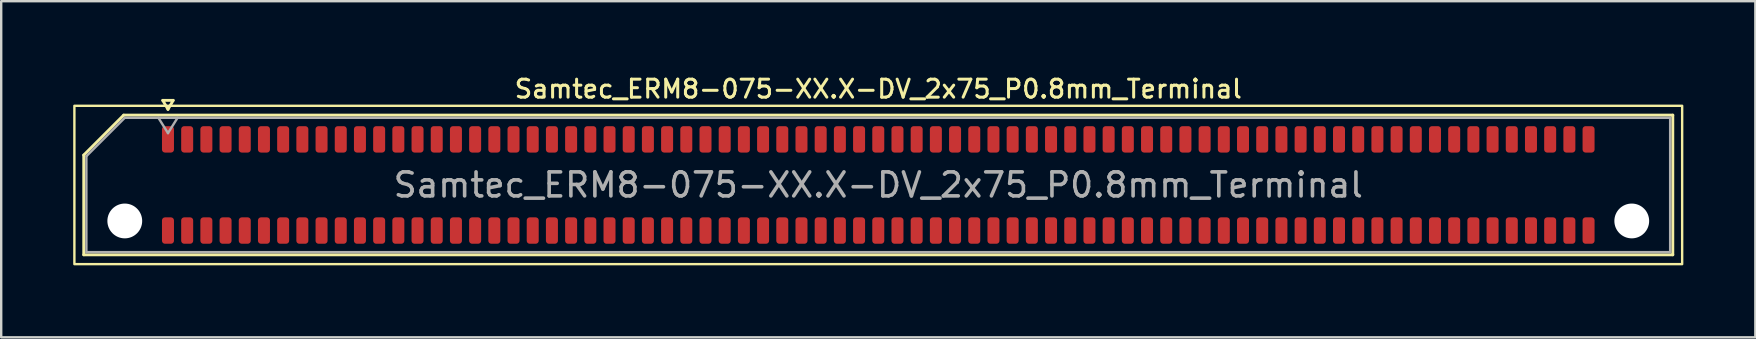
<source format=kicad_pcb>
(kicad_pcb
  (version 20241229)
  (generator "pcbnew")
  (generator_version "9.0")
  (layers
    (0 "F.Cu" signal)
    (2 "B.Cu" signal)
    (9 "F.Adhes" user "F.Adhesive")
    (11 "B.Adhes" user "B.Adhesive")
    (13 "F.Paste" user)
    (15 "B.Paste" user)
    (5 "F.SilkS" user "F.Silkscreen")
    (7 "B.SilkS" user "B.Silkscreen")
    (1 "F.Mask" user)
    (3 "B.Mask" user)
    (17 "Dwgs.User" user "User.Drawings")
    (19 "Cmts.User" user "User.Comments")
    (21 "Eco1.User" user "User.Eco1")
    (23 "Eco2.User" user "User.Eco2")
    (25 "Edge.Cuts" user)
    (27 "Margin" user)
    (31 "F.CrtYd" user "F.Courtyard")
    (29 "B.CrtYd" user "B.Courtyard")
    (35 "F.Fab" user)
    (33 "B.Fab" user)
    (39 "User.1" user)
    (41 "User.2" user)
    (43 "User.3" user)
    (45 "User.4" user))
  (footprint "Samtec_ERM8-075-XX.X-DV_2x75_P0.8mm_Terminal"
    (layer "F.Cu")
    (at 33.55 4.658)
    (property "Reference" "Samtec_ERM8-075-XX.X-DV_2x75_P0.8mm_Terminal" (at 0 -4 0) (layer "F.SilkS") (effects (font (size 0.75 0.75) (thickness 0.125))))
    (attr smd)
    (fp_line (start -33.11 -1.246) (end -31.446 -2.91) (stroke (width 0.12) (type solid)) (layer "F.SilkS"))
    (fp_line (start -33.11 2.91) (end -33.11 -1.246) (stroke (width 0.12) (type solid)) (layer "F.SilkS"))
    (fp_line (start -31.446 -2.91) (end 33.11 -2.91) (stroke (width 0.12) (type solid)) (layer "F.SilkS"))
    (fp_line (start -29.817 -3.525) (end -29.6 -3.15) (stroke (width 0.12) (type solid)) (layer "F.SilkS"))
    (fp_line (start -29.6 -3.15) (end -29.383 -3.525) (stroke (width 0.12) (type solid)) (layer "F.SilkS"))
    (fp_line (start -29.383 -3.525) (end -29.817 -3.525) (stroke (width 0.12) (type solid)) (layer "F.SilkS"))
    (fp_line (start 33.11 -2.91) (end 33.11 2.91) (stroke (width 0.12) (type solid)) (layer "F.SilkS"))
    (fp_line (start 33.11 2.91) (end -33.11 2.91) (stroke (width 0.12) (type solid)) (layer "F.SilkS"))
    (fp_rect (start -33.5 -3.3) (end 33.5 3.3) (stroke (width 0.1) (type solid)) (fill no) (layer "F.SilkS"))
    (fp_line (start -33 -1.2) (end -31.4 -2.8) (stroke (width 0.1) (type solid)) (layer "F.Fab"))
    (fp_line (start -33 2.8) (end -33 -1.2) (stroke (width 0.1) (type solid)) (layer "F.Fab"))
    (fp_line (start -31.4 -2.8) (end 33 -2.8) (stroke (width 0.1) (type solid)) (layer "F.Fab"))
    (fp_line (start -30 -2.8) (end -29.6 -2.16) (stroke (width 0.1) (type solid)) (layer "F.Fab"))
    (fp_line (start -29.6 -2.16) (end -29.2 -2.8) (stroke (width 0.1) (type solid)) (layer "F.Fab"))
    (fp_line (start 33 -2.8) (end 33 2.8) (stroke (width 0.1) (type solid)) (layer "F.Fab"))
    (fp_line (start 33 2.8) (end -33 2.8) (stroke (width 0.1) (type solid)) (layer "F.Fab"))
    (fp_text user "${REFERENCE}" (at 0 0 0) (layer "F.Fab") (effects (font (size 1 1) (thickness 0.15))))
    (pad "" np_thru_hole circle (at -31.4 1.5) (size 1.45 1.45) (drill 1.45) (layers "*.Cu" "*.Mask"))
    (pad "" np_thru_hole circle (at 31.4 1.5) (size 1.45 1.45) (drill 1.45) (layers "*.Cu" "*.Mask"))
    (pad "1" smd roundrect (at -29.6 -1.9) (size 0.5 1.1) (layers "F.Cu" "F.Mask" "F.Paste") (roundrect_rratio 0.25))
    (pad "2" smd roundrect (at -29.6 1.9) (size 0.5 1.1) (layers "F.Cu" "F.Mask" "F.Paste") (roundrect_rratio 0.25))
    (pad "3" smd roundrect (at -28.8 -1.9) (size 0.5 1.1) (layers "F.Cu" "F.Mask" "F.Paste") (roundrect_rratio 0.25))
    (pad "4" smd roundrect (at -28.8 1.9) (size 0.5 1.1) (layers "F.Cu" "F.Mask" "F.Paste") (roundrect_rratio 0.25))
    (pad "5" smd roundrect (at -28 -1.9) (size 0.5 1.1) (layers "F.Cu" "F.Mask" "F.Paste") (roundrect_rratio 0.25))
    (pad "6" smd roundrect (at -28 1.9) (size 0.5 1.1) (layers "F.Cu" "F.Mask" "F.Paste") (roundrect_rratio 0.25))
    (pad "7" smd roundrect (at -27.2 -1.9) (size 0.5 1.1) (layers "F.Cu" "F.Mask" "F.Paste") (roundrect_rratio 0.25))
    (pad "8" smd roundrect (at -27.2 1.9) (size 0.5 1.1) (layers "F.Cu" "F.Mask" "F.Paste") (roundrect_rratio 0.25))
    (pad "9" smd roundrect (at -26.4 -1.9) (size 0.5 1.1) (layers "F.Cu" "F.Mask" "F.Paste") (roundrect_rratio 0.25))
    (pad "10" smd roundrect (at -26.4 1.9) (size 0.5 1.1) (layers "F.Cu" "F.Mask" "F.Paste") (roundrect_rratio 0.25))
    (pad "11" smd roundrect (at -25.6 -1.9) (size 0.5 1.1) (layers "F.Cu" "F.Mask" "F.Paste") (roundrect_rratio 0.25))
    (pad "12" smd roundrect (at -25.6 1.9) (size 0.5 1.1) (layers "F.Cu" "F.Mask" "F.Paste") (roundrect_rratio 0.25))
    (pad "13" smd roundrect (at -24.8 -1.9) (size 0.5 1.1) (layers "F.Cu" "F.Mask" "F.Paste") (roundrect_rratio 0.25))
    (pad "14" smd roundrect (at -24.8 1.9) (size 0.5 1.1) (layers "F.Cu" "F.Mask" "F.Paste") (roundrect_rratio 0.25))
    (pad "15" smd roundrect (at -24 -1.9) (size 0.5 1.1) (layers "F.Cu" "F.Mask" "F.Paste") (roundrect_rratio 0.25))
    (pad "16" smd roundrect (at -24 1.9) (size 0.5 1.1) (layers "F.Cu" "F.Mask" "F.Paste") (roundrect_rratio 0.25))
    (pad "17" smd roundrect (at -23.2 -1.9) (size 0.5 1.1) (layers "F.Cu" "F.Mask" "F.Paste") (roundrect_rratio 0.25))
    (pad "18" smd roundrect (at -23.2 1.9) (size 0.5 1.1) (layers "F.Cu" "F.Mask" "F.Paste") (roundrect_rratio 0.25))
    (pad "19" smd roundrect (at -22.4 -1.9) (size 0.5 1.1) (layers "F.Cu" "F.Mask" "F.Paste") (roundrect_rratio 0.25))
    (pad "20" smd roundrect (at -22.4 1.9) (size 0.5 1.1) (layers "F.Cu" "F.Mask" "F.Paste") (roundrect_rratio 0.25))
    (pad "21" smd roundrect (at -21.6 -1.9) (size 0.5 1.1) (layers "F.Cu" "F.Mask" "F.Paste") (roundrect_rratio 0.25))
    (pad "22" smd roundrect (at -21.6 1.9) (size 0.5 1.1) (layers "F.Cu" "F.Mask" "F.Paste") (roundrect_rratio 0.25))
    (pad "23" smd roundrect (at -20.8 -1.9) (size 0.5 1.1) (layers "F.Cu" "F.Mask" "F.Paste") (roundrect_rratio 0.25))
    (pad "24" smd roundrect (at -20.8 1.9) (size 0.5 1.1) (layers "F.Cu" "F.Mask" "F.Paste") (roundrect_rratio 0.25))
    (pad "25" smd roundrect (at -20 -1.9) (size 0.5 1.1) (layers "F.Cu" "F.Mask" "F.Paste") (roundrect_rratio 0.25))
    (pad "26" smd roundrect (at -20 1.9) (size 0.5 1.1) (layers "F.Cu" "F.Mask" "F.Paste") (roundrect_rratio 0.25))
    (pad "27" smd roundrect (at -19.2 -1.9) (size 0.5 1.1) (layers "F.Cu" "F.Mask" "F.Paste") (roundrect_rratio 0.25))
    (pad "28" smd roundrect (at -19.2 1.9) (size 0.5 1.1) (layers "F.Cu" "F.Mask" "F.Paste") (roundrect_rratio 0.25))
    (pad "29" smd roundrect (at -18.4 -1.9) (size 0.5 1.1) (layers "F.Cu" "F.Mask" "F.Paste") (roundrect_rratio 0.25))
    (pad "30" smd roundrect (at -18.4 1.9) (size 0.5 1.1) (layers "F.Cu" "F.Mask" "F.Paste") (roundrect_rratio 0.25))
    (pad "31" smd roundrect (at -17.6 -1.9) (size 0.5 1.1) (layers "F.Cu" "F.Mask" "F.Paste") (roundrect_rratio 0.25))
    (pad "32" smd roundrect (at -17.6 1.9) (size 0.5 1.1) (layers "F.Cu" "F.Mask" "F.Paste") (roundrect_rratio 0.25))
    (pad "33" smd roundrect (at -16.8 -1.9) (size 0.5 1.1) (layers "F.Cu" "F.Mask" "F.Paste") (roundrect_rratio 0.25))
    (pad "34" smd roundrect (at -16.8 1.9) (size 0.5 1.1) (layers "F.Cu" "F.Mask" "F.Paste") (roundrect_rratio 0.25))
    (pad "35" smd roundrect (at -16 -1.9) (size 0.5 1.1) (layers "F.Cu" "F.Mask" "F.Paste") (roundrect_rratio 0.25))
    (pad "36" smd roundrect (at -16 1.9) (size 0.5 1.1) (layers "F.Cu" "F.Mask" "F.Paste") (roundrect_rratio 0.25))
    (pad "37" smd roundrect (at -15.2 -1.9) (size 0.5 1.1) (layers "F.Cu" "F.Mask" "F.Paste") (roundrect_rratio 0.25))
    (pad "38" smd roundrect (at -15.2 1.9) (size 0.5 1.1) (layers "F.Cu" "F.Mask" "F.Paste") (roundrect_rratio 0.25))
    (pad "39" smd roundrect (at -14.4 -1.9) (size 0.5 1.1) (layers "F.Cu" "F.Mask" "F.Paste") (roundrect_rratio 0.25))
    (pad "40" smd roundrect (at -14.4 1.9) (size 0.5 1.1) (layers "F.Cu" "F.Mask" "F.Paste") (roundrect_rratio 0.25))
    (pad "41" smd roundrect (at -13.6 -1.9) (size 0.5 1.1) (layers "F.Cu" "F.Mask" "F.Paste") (roundrect_rratio 0.25))
    (pad "42" smd roundrect (at -13.6 1.9) (size 0.5 1.1) (layers "F.Cu" "F.Mask" "F.Paste") (roundrect_rratio 0.25))
    (pad "43" smd roundrect (at -12.8 -1.9) (size 0.5 1.1) (layers "F.Cu" "F.Mask" "F.Paste") (roundrect_rratio 0.25))
    (pad "44" smd roundrect (at -12.8 1.9) (size 0.5 1.1) (layers "F.Cu" "F.Mask" "F.Paste") (roundrect_rratio 0.25))
    (pad "45" smd roundrect (at -12 -1.9) (size 0.5 1.1) (layers "F.Cu" "F.Mask" "F.Paste") (roundrect_rratio 0.25))
    (pad "46" smd roundrect (at -12 1.9) (size 0.5 1.1) (layers "F.Cu" "F.Mask" "F.Paste") (roundrect_rratio 0.25))
    (pad "47" smd roundrect (at -11.2 -1.9) (size 0.5 1.1) (layers "F.Cu" "F.Mask" "F.Paste") (roundrect_rratio 0.25))
    (pad "48" smd roundrect (at -11.2 1.9) (size 0.5 1.1) (layers "F.Cu" "F.Mask" "F.Paste") (roundrect_rratio 0.25))
    (pad "49" smd roundrect (at -10.4 -1.9) (size 0.5 1.1) (layers "F.Cu" "F.Mask" "F.Paste") (roundrect_rratio 0.25))
    (pad "50" smd roundrect (at -10.4 1.9) (size 0.5 1.1) (layers "F.Cu" "F.Mask" "F.Paste") (roundrect_rratio 0.25))
    (pad "51" smd roundrect (at -9.6 -1.9) (size 0.5 1.1) (layers "F.Cu" "F.Mask" "F.Paste") (roundrect_rratio 0.25))
    (pad "52" smd roundrect (at -9.6 1.9) (size 0.5 1.1) (layers "F.Cu" "F.Mask" "F.Paste") (roundrect_rratio 0.25))
    (pad "53" smd roundrect (at -8.8 -1.9) (size 0.5 1.1) (layers "F.Cu" "F.Mask" "F.Paste") (roundrect_rratio 0.25))
    (pad "54" smd roundrect (at -8.8 1.9) (size 0.5 1.1) (layers "F.Cu" "F.Mask" "F.Paste") (roundrect_rratio 0.25))
    (pad "55" smd roundrect (at -8 -1.9) (size 0.5 1.1) (layers "F.Cu" "F.Mask" "F.Paste") (roundrect_rratio 0.25))
    (pad "56" smd roundrect (at -8 1.9) (size 0.5 1.1) (layers "F.Cu" "F.Mask" "F.Paste") (roundrect_rratio 0.25))
    (pad "57" smd roundrect (at -7.2 -1.9) (size 0.5 1.1) (layers "F.Cu" "F.Mask" "F.Paste") (roundrect_rratio 0.25))
    (pad "58" smd roundrect (at -7.2 1.9) (size 0.5 1.1) (layers "F.Cu" "F.Mask" "F.Paste") (roundrect_rratio 0.25))
    (pad "59" smd roundrect (at -6.4 -1.9) (size 0.5 1.1) (layers "F.Cu" "F.Mask" "F.Paste") (roundrect_rratio 0.25))
    (pad "60" smd roundrect (at -6.4 1.9) (size 0.5 1.1) (layers "F.Cu" "F.Mask" "F.Paste") (roundrect_rratio 0.25))
    (pad "61" smd roundrect (at -5.6 -1.9) (size 0.5 1.1) (layers "F.Cu" "F.Mask" "F.Paste") (roundrect_rratio 0.25))
    (pad "62" smd roundrect (at -5.6 1.9) (size 0.5 1.1) (layers "F.Cu" "F.Mask" "F.Paste") (roundrect_rratio 0.25))
    (pad "63" smd roundrect (at -4.8 -1.9) (size 0.5 1.1) (layers "F.Cu" "F.Mask" "F.Paste") (roundrect_rratio 0.25))
    (pad "64" smd roundrect (at -4.8 1.9) (size 0.5 1.1) (layers "F.Cu" "F.Mask" "F.Paste") (roundrect_rratio 0.25))
    (pad "65" smd roundrect (at -4 -1.9) (size 0.5 1.1) (layers "F.Cu" "F.Mask" "F.Paste") (roundrect_rratio 0.25))
    (pad "66" smd roundrect (at -4 1.9) (size 0.5 1.1) (layers "F.Cu" "F.Mask" "F.Paste") (roundrect_rratio 0.25))
    (pad "67" smd roundrect (at -3.2 -1.9) (size 0.5 1.1) (layers "F.Cu" "F.Mask" "F.Paste") (roundrect_rratio 0.25))
    (pad "68" smd roundrect (at -3.2 1.9) (size 0.5 1.1) (layers "F.Cu" "F.Mask" "F.Paste") (roundrect_rratio 0.25))
    (pad "69" smd roundrect (at -2.4 -1.9) (size 0.5 1.1) (layers "F.Cu" "F.Mask" "F.Paste") (roundrect_rratio 0.25))
    (pad "70" smd roundrect (at -2.4 1.9) (size 0.5 1.1) (layers "F.Cu" "F.Mask" "F.Paste") (roundrect_rratio 0.25))
    (pad "71" smd roundrect (at -1.6 -1.9) (size 0.5 1.1) (layers "F.Cu" "F.Mask" "F.Paste") (roundrect_rratio 0.25))
    (pad "72" smd roundrect (at -1.6 1.9) (size 0.5 1.1) (layers "F.Cu" "F.Mask" "F.Paste") (roundrect_rratio 0.25))
    (pad "73" smd roundrect (at -0.8 -1.9) (size 0.5 1.1) (layers "F.Cu" "F.Mask" "F.Paste") (roundrect_rratio 0.25))
    (pad "74" smd roundrect (at -0.8 1.9) (size 0.5 1.1) (layers "F.Cu" "F.Mask" "F.Paste") (roundrect_rratio 0.25))
    (pad "75" smd roundrect (at 0 -1.9) (size 0.5 1.1) (layers "F.Cu" "F.Mask" "F.Paste") (roundrect_rratio 0.25))
    (pad "76" smd roundrect (at 0 1.9) (size 0.5 1.1) (layers "F.Cu" "F.Mask" "F.Paste") (roundrect_rratio 0.25))
    (pad "77" smd roundrect (at 0.8 -1.9) (size 0.5 1.1) (layers "F.Cu" "F.Mask" "F.Paste") (roundrect_rratio 0.25))
    (pad "78" smd roundrect (at 0.8 1.9) (size 0.5 1.1) (layers "F.Cu" "F.Mask" "F.Paste") (roundrect_rratio 0.25))
    (pad "79" smd roundrect (at 1.6 -1.9) (size 0.5 1.1) (layers "F.Cu" "F.Mask" "F.Paste") (roundrect_rratio 0.25))
    (pad "80" smd roundrect (at 1.6 1.9) (size 0.5 1.1) (layers "F.Cu" "F.Mask" "F.Paste") (roundrect_rratio 0.25))
    (pad "81" smd roundrect (at 2.4 -1.9) (size 0.5 1.1) (layers "F.Cu" "F.Mask" "F.Paste") (roundrect_rratio 0.25))
    (pad "82" smd roundrect (at 2.4 1.9) (size 0.5 1.1) (layers "F.Cu" "F.Mask" "F.Paste") (roundrect_rratio 0.25))
    (pad "83" smd roundrect (at 3.2 -1.9) (size 0.5 1.1) (layers "F.Cu" "F.Mask" "F.Paste") (roundrect_rratio 0.25))
    (pad "84" smd roundrect (at 3.2 1.9) (size 0.5 1.1) (layers "F.Cu" "F.Mask" "F.Paste") (roundrect_rratio 0.25))
    (pad "85" smd roundrect (at 4 -1.9) (size 0.5 1.1) (layers "F.Cu" "F.Mask" "F.Paste") (roundrect_rratio 0.25))
    (pad "86" smd roundrect (at 4 1.9) (size 0.5 1.1) (layers "F.Cu" "F.Mask" "F.Paste") (roundrect_rratio 0.25))
    (pad "87" smd roundrect (at 4.8 -1.9) (size 0.5 1.1) (layers "F.Cu" "F.Mask" "F.Paste") (roundrect_rratio 0.25))
    (pad "88" smd roundrect (at 4.8 1.9) (size 0.5 1.1) (layers "F.Cu" "F.Mask" "F.Paste") (roundrect_rratio 0.25))
    (pad "89" smd roundrect (at 5.6 -1.9) (size 0.5 1.1) (layers "F.Cu" "F.Mask" "F.Paste") (roundrect_rratio 0.25))
    (pad "90" smd roundrect (at 5.6 1.9) (size 0.5 1.1) (layers "F.Cu" "F.Mask" "F.Paste") (roundrect_rratio 0.25))
    (pad "91" smd roundrect (at 6.4 -1.9) (size 0.5 1.1) (layers "F.Cu" "F.Mask" "F.Paste") (roundrect_rratio 0.25))
    (pad "92" smd roundrect (at 6.4 1.9) (size 0.5 1.1) (layers "F.Cu" "F.Mask" "F.Paste") (roundrect_rratio 0.25))
    (pad "93" smd roundrect (at 7.2 -1.9) (size 0.5 1.1) (layers "F.Cu" "F.Mask" "F.Paste") (roundrect_rratio 0.25))
    (pad "94" smd roundrect (at 7.2 1.9) (size 0.5 1.1) (layers "F.Cu" "F.Mask" "F.Paste") (roundrect_rratio 0.25))
    (pad "95" smd roundrect (at 8 -1.9) (size 0.5 1.1) (layers "F.Cu" "F.Mask" "F.Paste") (roundrect_rratio 0.25))
    (pad "96" smd roundrect (at 8 1.9) (size 0.5 1.1) (layers "F.Cu" "F.Mask" "F.Paste") (roundrect_rratio 0.25))
    (pad "97" smd roundrect (at 8.8 -1.9) (size 0.5 1.1) (layers "F.Cu" "F.Mask" "F.Paste") (roundrect_rratio 0.25))
    (pad "98" smd roundrect (at 8.8 1.9) (size 0.5 1.1) (layers "F.Cu" "F.Mask" "F.Paste") (roundrect_rratio 0.25))
    (pad "99" smd roundrect (at 9.6 -1.9) (size 0.5 1.1) (layers "F.Cu" "F.Mask" "F.Paste") (roundrect_rratio 0.25))
    (pad "100" smd roundrect (at 9.6 1.9) (size 0.5 1.1) (layers "F.Cu" "F.Mask" "F.Paste") (roundrect_rratio 0.25))
    (pad "101" smd roundrect (at 10.4 -1.9) (size 0.5 1.1) (layers "F.Cu" "F.Mask" "F.Paste") (roundrect_rratio 0.25))
    (pad "102" smd roundrect (at 10.4 1.9) (size 0.5 1.1) (layers "F.Cu" "F.Mask" "F.Paste") (roundrect_rratio 0.25))
    (pad "103" smd roundrect (at 11.2 -1.9) (size 0.5 1.1) (layers "F.Cu" "F.Mask" "F.Paste") (roundrect_rratio 0.25))
    (pad "104" smd roundrect (at 11.2 1.9) (size 0.5 1.1) (layers "F.Cu" "F.Mask" "F.Paste") (roundrect_rratio 0.25))
    (pad "105" smd roundrect (at 12 -1.9) (size 0.5 1.1) (layers "F.Cu" "F.Mask" "F.Paste") (roundrect_rratio 0.25))
    (pad "106" smd roundrect (at 12 1.9) (size 0.5 1.1) (layers "F.Cu" "F.Mask" "F.Paste") (roundrect_rratio 0.25))
    (pad "107" smd roundrect (at 12.8 -1.9) (size 0.5 1.1) (layers "F.Cu" "F.Mask" "F.Paste") (roundrect_rratio 0.25))
    (pad "108" smd roundrect (at 12.8 1.9) (size 0.5 1.1) (layers "F.Cu" "F.Mask" "F.Paste") (roundrect_rratio 0.25))
    (pad "109" smd roundrect (at 13.6 -1.9) (size 0.5 1.1) (layers "F.Cu" "F.Mask" "F.Paste") (roundrect_rratio 0.25))
    (pad "110" smd roundrect (at 13.6 1.9) (size 0.5 1.1) (layers "F.Cu" "F.Mask" "F.Paste") (roundrect_rratio 0.25))
    (pad "111" smd roundrect (at 14.4 -1.9) (size 0.5 1.1) (layers "F.Cu" "F.Mask" "F.Paste") (roundrect_rratio 0.25))
    (pad "112" smd roundrect (at 14.4 1.9) (size 0.5 1.1) (layers "F.Cu" "F.Mask" "F.Paste") (roundrect_rratio 0.25))
    (pad "113" smd roundrect (at 15.2 -1.9) (size 0.5 1.1) (layers "F.Cu" "F.Mask" "F.Paste") (roundrect_rratio 0.25))
    (pad "114" smd roundrect (at 15.2 1.9) (size 0.5 1.1) (layers "F.Cu" "F.Mask" "F.Paste") (roundrect_rratio 0.25))
    (pad "115" smd roundrect (at 16 -1.9) (size 0.5 1.1) (layers "F.Cu" "F.Mask" "F.Paste") (roundrect_rratio 0.25))
    (pad "116" smd roundrect (at 16 1.9) (size 0.5 1.1) (layers "F.Cu" "F.Mask" "F.Paste") (roundrect_rratio 0.25))
    (pad "117" smd roundrect (at 16.8 -1.9) (size 0.5 1.1) (layers "F.Cu" "F.Mask" "F.Paste") (roundrect_rratio 0.25))
    (pad "118" smd roundrect (at 16.8 1.9) (size 0.5 1.1) (layers "F.Cu" "F.Mask" "F.Paste") (roundrect_rratio 0.25))
    (pad "119" smd roundrect (at 17.6 -1.9) (size 0.5 1.1) (layers "F.Cu" "F.Mask" "F.Paste") (roundrect_rratio 0.25))
    (pad "120" smd roundrect (at 17.6 1.9) (size 0.5 1.1) (layers "F.Cu" "F.Mask" "F.Paste") (roundrect_rratio 0.25))
    (pad "121" smd roundrect (at 18.4 -1.9) (size 0.5 1.1) (layers "F.Cu" "F.Mask" "F.Paste") (roundrect_rratio 0.25))
    (pad "122" smd roundrect (at 18.4 1.9) (size 0.5 1.1) (layers "F.Cu" "F.Mask" "F.Paste") (roundrect_rratio 0.25))
    (pad "123" smd roundrect (at 19.2 -1.9) (size 0.5 1.1) (layers "F.Cu" "F.Mask" "F.Paste") (roundrect_rratio 0.25))
    (pad "124" smd roundrect (at 19.2 1.9) (size 0.5 1.1) (layers "F.Cu" "F.Mask" "F.Paste") (roundrect_rratio 0.25))
    (pad "125" smd roundrect (at 20 -1.9) (size 0.5 1.1) (layers "F.Cu" "F.Mask" "F.Paste") (roundrect_rratio 0.25))
    (pad "126" smd roundrect (at 20 1.9) (size 0.5 1.1) (layers "F.Cu" "F.Mask" "F.Paste") (roundrect_rratio 0.25))
    (pad "127" smd roundrect (at 20.8 -1.9) (size 0.5 1.1) (layers "F.Cu" "F.Mask" "F.Paste") (roundrect_rratio 0.25))
    (pad "128" smd roundrect (at 20.8 1.9) (size 0.5 1.1) (layers "F.Cu" "F.Mask" "F.Paste") (roundrect_rratio 0.25))
    (pad "129" smd roundrect (at 21.6 -1.9) (size 0.5 1.1) (layers "F.Cu" "F.Mask" "F.Paste") (roundrect_rratio 0.25))
    (pad "130" smd roundrect (at 21.6 1.9) (size 0.5 1.1) (layers "F.Cu" "F.Mask" "F.Paste") (roundrect_rratio 0.25))
    (pad "131" smd roundrect (at 22.4 -1.9) (size 0.5 1.1) (layers "F.Cu" "F.Mask" "F.Paste") (roundrect_rratio 0.25))
    (pad "132" smd roundrect (at 22.4 1.9) (size 0.5 1.1) (layers "F.Cu" "F.Mask" "F.Paste") (roundrect_rratio 0.25))
    (pad "133" smd roundrect (at 23.2 -1.9) (size 0.5 1.1) (layers "F.Cu" "F.Mask" "F.Paste") (roundrect_rratio 0.25))
    (pad "134" smd roundrect (at 23.2 1.9) (size 0.5 1.1) (layers "F.Cu" "F.Mask" "F.Paste") (roundrect_rratio 0.25))
    (pad "135" smd roundrect (at 24 -1.9) (size 0.5 1.1) (layers "F.Cu" "F.Mask" "F.Paste") (roundrect_rratio 0.25))
    (pad "136" smd roundrect (at 24 1.9) (size 0.5 1.1) (layers "F.Cu" "F.Mask" "F.Paste") (roundrect_rratio 0.25))
    (pad "137" smd roundrect (at 24.8 -1.9) (size 0.5 1.1) (layers "F.Cu" "F.Mask" "F.Paste") (roundrect_rratio 0.25))
    (pad "138" smd roundrect (at 24.8 1.9) (size 0.5 1.1) (layers "F.Cu" "F.Mask" "F.Paste") (roundrect_rratio 0.25))
    (pad "139" smd roundrect (at 25.6 -1.9) (size 0.5 1.1) (layers "F.Cu" "F.Mask" "F.Paste") (roundrect_rratio 0.25))
    (pad "140" smd roundrect (at 25.6 1.9) (size 0.5 1.1) (layers "F.Cu" "F.Mask" "F.Paste") (roundrect_rratio 0.25))
    (pad "141" smd roundrect (at 26.4 -1.9) (size 0.5 1.1) (layers "F.Cu" "F.Mask" "F.Paste") (roundrect_rratio 0.25))
    (pad "142" smd roundrect (at 26.4 1.9) (size 0.5 1.1) (layers "F.Cu" "F.Mask" "F.Paste") (roundrect_rratio 0.25))
    (pad "143" smd roundrect (at 27.2 -1.9) (size 0.5 1.1) (layers "F.Cu" "F.Mask" "F.Paste") (roundrect_rratio 0.25))
    (pad "144" smd roundrect (at 27.2 1.9) (size 0.5 1.1) (layers "F.Cu" "F.Mask" "F.Paste") (roundrect_rratio 0.25))
    (pad "145" smd roundrect (at 28 -1.9) (size 0.5 1.1) (layers "F.Cu" "F.Mask" "F.Paste") (roundrect_rratio 0.25))
    (pad "146" smd roundrect (at 28 1.9) (size 0.5 1.1) (layers "F.Cu" "F.Mask" "F.Paste") (roundrect_rratio 0.25))
    (pad "147" smd roundrect (at 28.8 -1.9) (size 0.5 1.1) (layers "F.Cu" "F.Mask" "F.Paste") (roundrect_rratio 0.25))
    (pad "148" smd roundrect (at 28.8 1.9) (size 0.5 1.1) (layers "F.Cu" "F.Mask" "F.Paste") (roundrect_rratio 0.25))
    (pad "149" smd roundrect (at 29.6 -1.9) (size 0.5 1.1) (layers "F.Cu" "F.Mask" "F.Paste") (roundrect_rratio 0.25))
    (pad "150" smd roundrect (at 29.6 1.9) (size 0.5 1.1) (layers "F.Cu" "F.Mask" "F.Paste") (roundrect_rratio 0.25)))
  (gr_rect
    (start -3 -3)
    (end 70.1 11.008)
    (stroke (width 0.1) (type default))
    (fill no)
    (layer "Edge.Cuts")))
</source>
